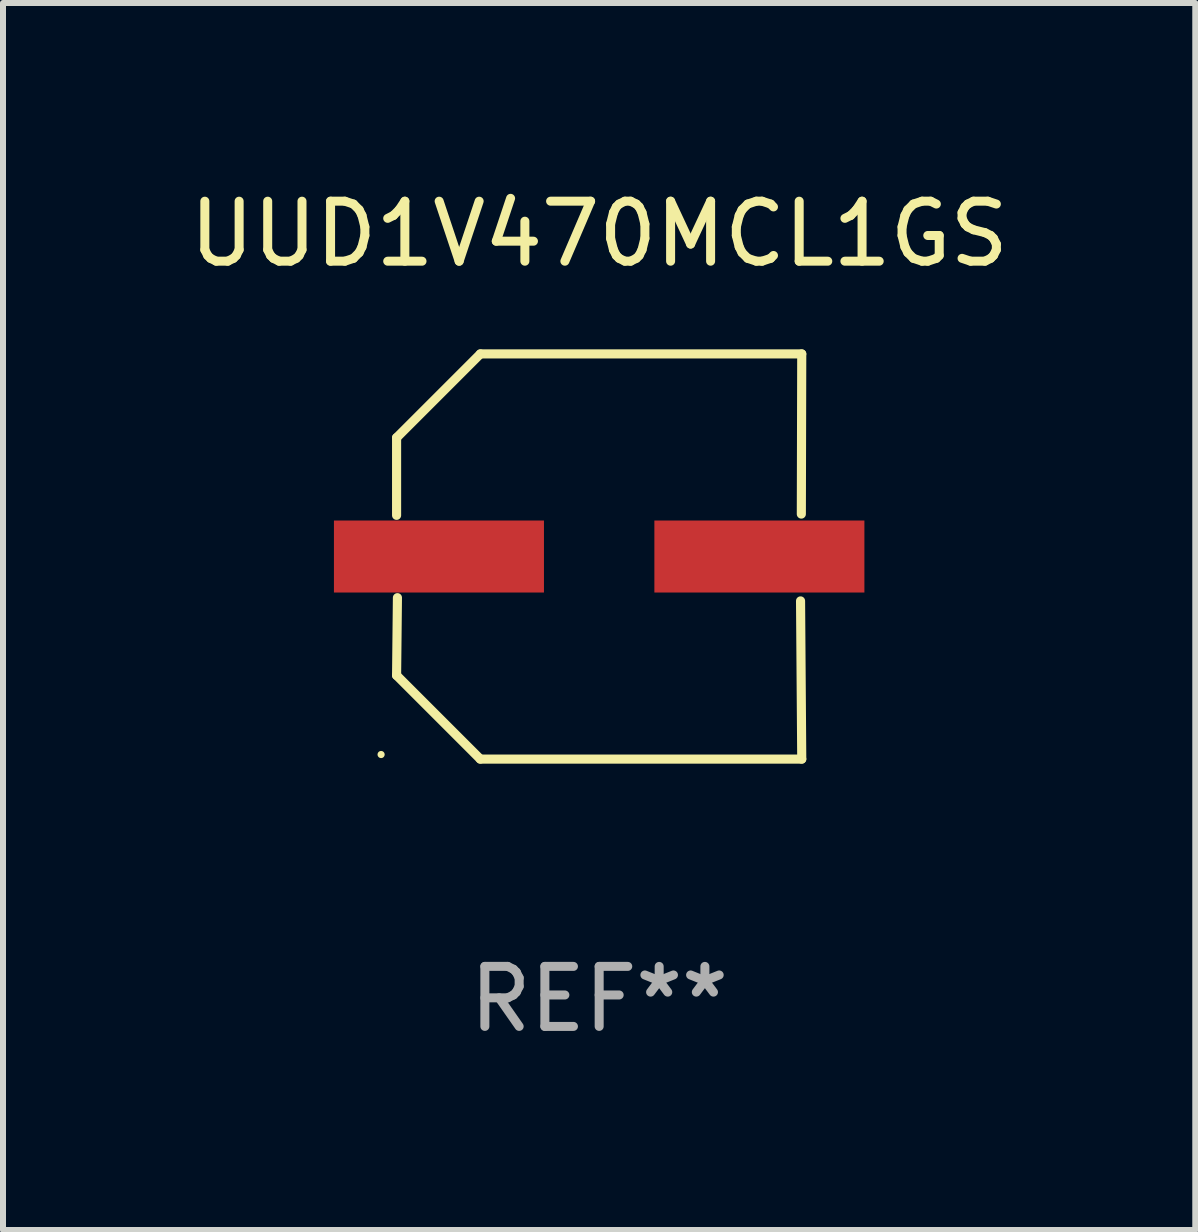
<source format=kicad_pcb>
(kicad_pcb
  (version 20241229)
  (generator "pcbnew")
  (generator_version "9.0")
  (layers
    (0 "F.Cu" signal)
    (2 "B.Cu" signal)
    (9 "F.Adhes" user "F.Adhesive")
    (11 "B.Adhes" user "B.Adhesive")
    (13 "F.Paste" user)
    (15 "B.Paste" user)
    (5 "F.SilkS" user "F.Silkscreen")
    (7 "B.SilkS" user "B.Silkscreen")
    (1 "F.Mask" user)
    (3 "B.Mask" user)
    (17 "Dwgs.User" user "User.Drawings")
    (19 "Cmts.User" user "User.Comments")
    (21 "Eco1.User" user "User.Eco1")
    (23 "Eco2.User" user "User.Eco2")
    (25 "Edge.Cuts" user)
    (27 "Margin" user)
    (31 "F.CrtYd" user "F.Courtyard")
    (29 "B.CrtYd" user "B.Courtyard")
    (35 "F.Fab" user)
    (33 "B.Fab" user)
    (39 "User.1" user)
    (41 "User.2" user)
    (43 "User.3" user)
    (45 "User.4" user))
  (footprint "UUD1V470MCL1GS"
    (layer "F.Cu")
    (at 6.935 6.224)
    (property "Reference" "UUD1V470MCL1GS" (at 0 -5.376 0) (layer "F.SilkS") (effects (font (size 1 1) (thickness 0.15))))
    (attr through_hole)
    (fp_line (start -3.376 -1.98) (end -3.376 -0.686) (stroke (width 0.152) (type solid)) (layer "F.SilkS"))
    (fp_line (start -3.376 1.981) (end -3.362 0.686) (stroke (width 0.152) (type solid)) (layer "F.SilkS"))
    (fp_line (start -1.981 3.376) (end -3.376 1.981) (stroke (width 0.152) (type solid)) (layer "F.SilkS"))
    (fp_line (start -1.98 -3.376) (end -3.376 -1.98) (stroke (width 0.152) (type solid)) (layer "F.SilkS"))
    (fp_line (start 3.356 0.74) (end 3.376 3.376) (stroke (width 0.152) (type solid)) (layer "F.SilkS"))
    (fp_line (start 3.369 -0.707) (end 3.376 -3.376) (stroke (width 0.152) (type solid)) (layer "F.SilkS"))
    (fp_line (start 3.376 3.376) (end -1.981 3.376) (stroke (width 0.152) (type solid)) (layer "F.SilkS"))
    (fp_line (start 3.376 -3.376) (end -1.98 -3.376) (stroke (width 0.152) (type solid)) (layer "F.SilkS"))
    (fp_circle (center -3.634 3.3) (end -3.604 3.3) (stroke (width 0.06) (type solid)) (fill no) (layer "F.SilkS"))
    (fp_text user "REF**" (at 0 7.376 0) (layer "F.Fab") (effects (font (size 1 1) (thickness 0.15))))
    (pad "1" smd rect (at -2.67 0.000254) (size 3.5 1.2) (layers "F.Cu" "F.Mask" "F.Paste"))
    (pad "2" smd rect (at 2.67 0.000254) (size 3.5 1.2) (layers "F.Cu" "F.Mask" "F.Paste")))
  (gr_rect
    (start -3 -3)
    (end 16.869 17.448)
    (stroke (width 0.1) (type default))
    (fill no)
    (layer "Edge.Cuts")))
</source>
